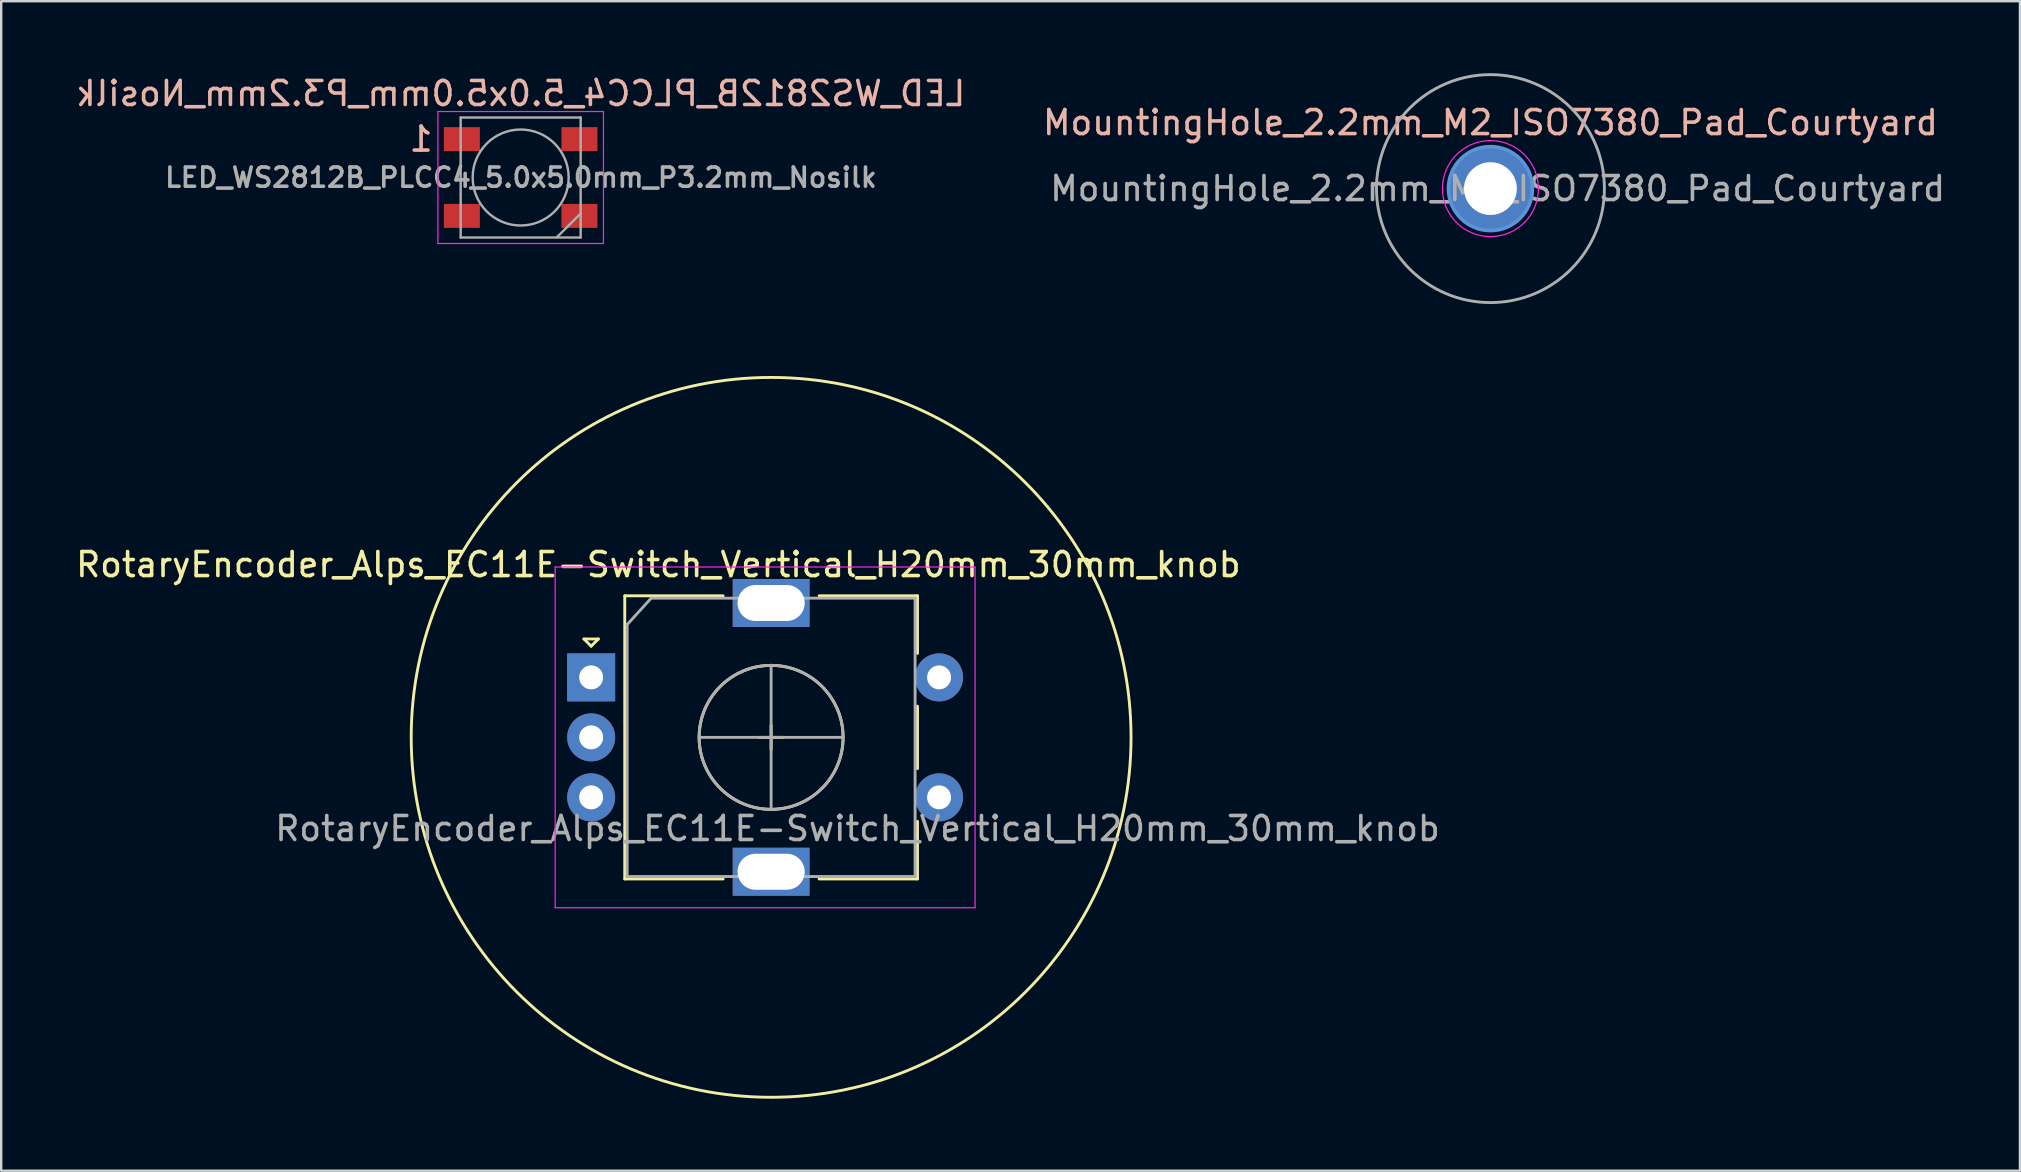
<source format=kicad_pcb>
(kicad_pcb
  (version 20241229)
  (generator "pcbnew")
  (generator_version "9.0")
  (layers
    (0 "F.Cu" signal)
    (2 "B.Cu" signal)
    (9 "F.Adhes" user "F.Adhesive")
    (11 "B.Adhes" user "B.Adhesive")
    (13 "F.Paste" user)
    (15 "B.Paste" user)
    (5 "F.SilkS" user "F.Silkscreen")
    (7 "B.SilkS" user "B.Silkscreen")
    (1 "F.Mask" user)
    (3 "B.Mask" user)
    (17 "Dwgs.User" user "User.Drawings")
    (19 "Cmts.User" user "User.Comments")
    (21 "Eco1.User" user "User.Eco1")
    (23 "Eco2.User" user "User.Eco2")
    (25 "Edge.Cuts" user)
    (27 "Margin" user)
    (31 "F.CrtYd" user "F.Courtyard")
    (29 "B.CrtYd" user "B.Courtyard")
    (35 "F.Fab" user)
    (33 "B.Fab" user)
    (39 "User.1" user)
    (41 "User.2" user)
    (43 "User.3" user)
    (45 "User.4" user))
  (footprint "RotaryEncoder_Alps_EC11E-Switch_Vertical_H20mm_30mm_knob"
    (layer "F.Cu")
    (at 21.587 25.18)
    (property "Reference" "RotaryEncoder_Alps_EC11E-Switch_Vertical_H20mm_30mm_knob" (at 2.8 -4.7 0) (layer "F.SilkS") (effects (font (size 1 1) (thickness 0.15))))
    (attr through_hole)
    (fp_line (start -0.3 -1.6) (end 0.3 -1.6) (stroke (width 0.12) (type solid)) (layer "F.SilkS"))
    (fp_line (start 0 -1.3) (end -0.3 -1.6) (stroke (width 0.12) (type solid)) (layer "F.SilkS"))
    (fp_line (start 0.3 -1.6) (end 0 -1.3) (stroke (width 0.12) (type solid)) (layer "F.SilkS"))
    (fp_line (start 1.4 -3.4) (end 1.4 8.4) (stroke (width 0.12) (type solid)) (layer "F.SilkS"))
    (fp_line (start 5.5 -3.4) (end 1.4 -3.4) (stroke (width 0.12) (type solid)) (layer "F.SilkS"))
    (fp_line (start 5.5 8.4) (end 1.4 8.4) (stroke (width 0.12) (type solid)) (layer "F.SilkS"))
    (fp_line (start 7 2.5) (end 8 2.5) (stroke (width 0.12) (type solid)) (layer "F.SilkS"))
    (fp_line (start 7.5 2) (end 7.5 3) (stroke (width 0.12) (type solid)) (layer "F.SilkS"))
    (fp_line (start 9.5 -3.4) (end 13.6 -3.4) (stroke (width 0.12) (type solid)) (layer "F.SilkS"))
    (fp_line (start 13.6 -3.4) (end 13.6 -1) (stroke (width 0.12) (type solid)) (layer "F.SilkS"))
    (fp_line (start 13.6 1.2) (end 13.6 3.8) (stroke (width 0.12) (type solid)) (layer "F.SilkS"))
    (fp_line (start 13.6 6) (end 13.6 8.4) (stroke (width 0.12) (type solid)) (layer "F.SilkS"))
    (fp_line (start 13.6 8.4) (end 9.5 8.4) (stroke (width 0.12) (type solid)) (layer "F.SilkS"))
    (fp_circle (center 7.5 2.5) (end 10.5 2.5) (stroke (width 0.12) (type solid)) (fill no) (layer "F.SilkS"))
    (fp_circle (center 7.5 2.5) (end 22.5 2.5) (stroke (width 0.12) (type solid)) (fill no) (layer "F.SilkS"))
    (fp_line (start -1.5 -4.6) (end -1.5 9.6) (stroke (width 0.05) (type solid)) (layer "F.CrtYd"))
    (fp_line (start -1.5 -4.6) (end 16 -4.6) (stroke (width 0.05) (type solid)) (layer "F.CrtYd"))
    (fp_line (start 16 9.6) (end -1.5 9.6) (stroke (width 0.05) (type solid)) (layer "F.CrtYd"))
    (fp_line (start 16 9.6) (end 16 -4.6) (stroke (width 0.05) (type solid)) (layer "F.CrtYd"))
    (fp_line (start 1.5 -2.2) (end 2.5 -3.3) (stroke (width 0.12) (type solid)) (layer "F.Fab"))
    (fp_line (start 1.5 8.3) (end 1.5 -2.2) (stroke (width 0.12) (type solid)) (layer "F.Fab"))
    (fp_line (start 2.5 -3.3) (end 13.5 -3.3) (stroke (width 0.12) (type solid)) (layer "F.Fab"))
    (fp_line (start 4.5 2.5) (end 10.5 2.5) (stroke (width 0.12) (type solid)) (layer "F.Fab"))
    (fp_line (start 7.5 -0.5) (end 7.5 5.5) (stroke (width 0.12) (type solid)) (layer "F.Fab"))
    (fp_line (start 13.5 -3.3) (end 13.5 8.3) (stroke (width 0.12) (type solid)) (layer "F.Fab"))
    (fp_line (start 13.5 8.3) (end 1.5 8.3) (stroke (width 0.12) (type solid)) (layer "F.Fab"))
    (fp_circle (center 7.5 2.5) (end 10.5 2.5) (stroke (width 0.12) (type solid)) (fill no) (layer "F.Fab"))
    (fp_text user "${REFERENCE}" (at 11.1 6.3 0) (layer "F.Fab") (effects (font (size 1 1) (thickness 0.15))))
    (pad "A" thru_hole rect (at 0 0) (size 2 2) (drill 1) (layers "*.Cu" "*.Mask"))
    (pad "B" thru_hole circle (at 0 5) (size 2 2) (drill 1) (layers "*.Cu" "*.Mask"))
    (pad "C" thru_hole circle (at 0 2.5) (size 2 2) (drill 1) (layers "*.Cu" "*.Mask"))
    (pad "MP" thru_hole rect (at 7.5 -3.1) (size 3.2 2) (drill oval 2.8 1.5) (layers "*.Cu" "*.Mask"))
    (pad "MP" thru_hole rect (at 7.5 8.1) (size 3.2 2) (drill oval 2.8 1.5) (layers "*.Cu" "*.Mask"))
    (pad "S1" thru_hole circle (at 14.5 5) (size 2 2) (drill 1) (layers "*.Cu" "*.Mask"))
    (pad "S2" thru_hole circle (at 14.5 0) (size 2 2) (drill 1) (layers "*.Cu" "*.Mask")))
  (footprint "MountingHole_2.2mm_M2_ISO7380_Pad_Courtyard"
    (layer "F.Cu")
    (at 59.065 4.81)
    (property "Reference" "MountingHole_2.2mm_M2_ISO7380_Pad_Courtyard" (at 0 -2.75 0) (layer "B.SilkS") (effects (font (size 1 1) (thickness 0.15))))
    (attr exclude_from_pos_files exclude_from_bom)
    (fp_circle (center 0 0) (end 1.75 0) (stroke (width 0.15) (type solid)) (fill no) (layer "Cmts.User"))
    (fp_circle (center 0 0) (end 2 0) (stroke (width 0.05) (type solid)) (fill no) (layer "F.CrtYd"))
    (fp_circle (center 0 0) (end 4.75 0) (stroke (width 0.12) (type solid)) (fill no) (layer "F.Fab"))
    (fp_text user "${REFERENCE}" (at 0.3 0 0) (layer "F.Fab") (effects (font (size 1 1) (thickness 0.15))))
    (pad "1" thru_hole circle (at 0 0) (size 3.5 3.5) (drill 2.2) (layers "*.Cu" "*.Mask")))
  (footprint "LED_WS2812B_PLCC4_5.0x5.0mm_P3.2mm_Nosilk"
    (layer "F.Cu")
    (at 18.649 4.348)
    (property "Reference" "LED_WS2812B_PLCC4_5.0x5.0mm_P3.2mm_Nosilk" (at 0 -3.5 180) (layer "B.SilkS") (effects (font (size 1 1) (thickness 0.15)) (justify mirror)))
    (attr smd)
    (fp_line (start -3.45 -2.75) (end -3.45 2.75) (stroke (width 0.05) (type solid)) (layer "F.CrtYd"))
    (fp_line (start -3.45 2.75) (end 3.45 2.75) (stroke (width 0.05) (type solid)) (layer "F.CrtYd"))
    (fp_line (start 3.45 -2.75) (end -3.45 -2.75) (stroke (width 0.05) (type solid)) (layer "F.CrtYd"))
    (fp_line (start 3.45 2.75) (end 3.45 -2.75) (stroke (width 0.05) (type solid)) (layer "F.CrtYd"))
    (fp_line (start -2.5 -2.5) (end -2.5 2.5) (stroke (width 0.1) (type solid)) (layer "F.Fab"))
    (fp_line (start -2.5 2.5) (end 2.5 2.5) (stroke (width 0.1) (type solid)) (layer "F.Fab"))
    (fp_line (start 2.5 -2.5) (end -2.5 -2.5) (stroke (width 0.1) (type solid)) (layer "F.Fab"))
    (fp_line (start 2.5 1.5) (end 1.5 2.5) (stroke (width 0.1) (type solid)) (layer "F.Fab"))
    (fp_line (start 2.5 2.5) (end 2.5 -2.5) (stroke (width 0.1) (type solid)) (layer "F.Fab"))
    (fp_circle (center 0 0) (end 0 -2) (stroke (width 0.1) (type solid)) (fill no) (layer "F.Fab"))
    (fp_text user "1" (at -4.15 -1.6 180) (layer "B.SilkS") (effects (font (size 1 1) (thickness 0.15)) (justify mirror)))
    (fp_text user "${REFERENCE}" (at 0.01 0 180) (layer "F.Fab") (effects (font (size 0.8 0.8) (thickness 0.15))))
    (pad "1" smd rect (at -2.45 -1.6) (size 1.5 1) (layers "F.Cu" "F.Mask" "F.Paste"))
    (pad "2" smd rect (at -2.45 1.6) (size 1.5 1) (layers "F.Cu" "F.Mask" "F.Paste"))
    (pad "3" smd rect (at 2.45 1.6) (size 1.5 1) (layers "F.Cu" "F.Mask" "F.Paste"))
    (pad "4" smd rect (at 2.45 -1.6) (size 1.5 1) (layers "F.Cu" "F.Mask" "F.Paste")))
  (gr_rect
    (start -3 -3)
    (end 81.133 45.74)
    (stroke (width 0.1) (type default))
    (fill no)
    (layer "Edge.Cuts")))
</source>
